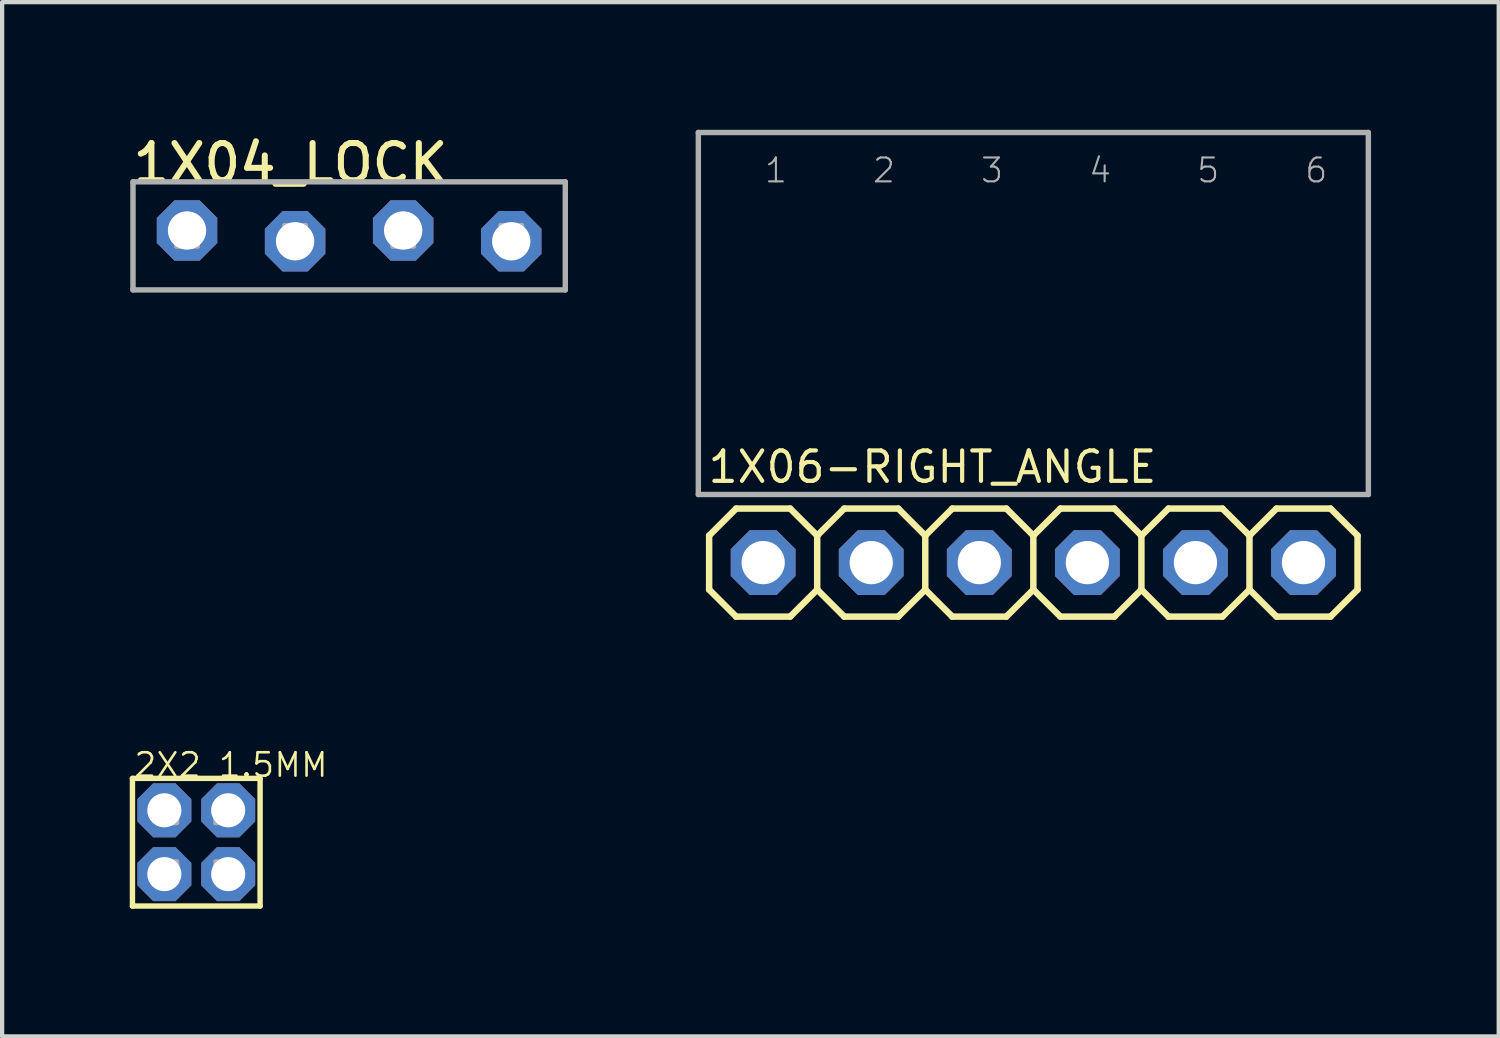
<source format=kicad_pcb>
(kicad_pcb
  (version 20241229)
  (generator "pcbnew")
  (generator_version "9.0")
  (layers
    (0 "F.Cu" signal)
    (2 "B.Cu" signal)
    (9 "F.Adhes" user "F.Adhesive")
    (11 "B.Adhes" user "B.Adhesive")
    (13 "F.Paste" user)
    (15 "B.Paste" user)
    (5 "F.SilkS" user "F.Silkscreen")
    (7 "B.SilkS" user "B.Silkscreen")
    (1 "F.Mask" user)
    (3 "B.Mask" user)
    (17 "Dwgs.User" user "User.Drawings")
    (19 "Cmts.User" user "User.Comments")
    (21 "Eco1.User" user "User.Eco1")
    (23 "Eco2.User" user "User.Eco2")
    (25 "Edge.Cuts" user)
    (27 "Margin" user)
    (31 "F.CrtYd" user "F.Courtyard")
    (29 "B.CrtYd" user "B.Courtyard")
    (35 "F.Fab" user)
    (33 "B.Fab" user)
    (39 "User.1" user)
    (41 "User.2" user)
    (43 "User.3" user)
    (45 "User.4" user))
  (footprint "1X04_LOCK"
    (layer "F.Cu")
    (at 5.156 2.494)
    (property "Reference" "1X04_LOCK" (at -5.156 -1.194 0) (layer "F.SilkS") (effects (font (size 0.874 0.874) (thickness 0.142)) (justify left bottom)))
    (fp_line (start -5.08 -1.27) (end 5.08 -1.27) (stroke (width 0.127) (type solid)) (layer "F.Fab"))
    (fp_line (start -5.08 1.27) (end -5.08 -1.27) (stroke (width 0.127) (type solid)) (layer "F.Fab"))
    (fp_line (start 5.08 -1.27) (end 5.08 1.27) (stroke (width 0.127) (type solid)) (layer "F.Fab"))
    (fp_line (start 5.08 1.27) (end -5.08 1.27) (stroke (width 0.127) (type solid)) (layer "F.Fab"))
    (fp_poly (pts (xy -4.064 0.254) (xy -3.556 0.254) (xy -3.556 -0.254) (xy -4.064 -0.254)) (stroke (width 0.1) (type solid)) (fill no) (layer "F.Fab"))
    (fp_poly (pts (xy -1.524 0.254) (xy -1.016 0.254) (xy -1.016 -0.254) (xy -1.524 -0.254)) (stroke (width 0.1) (type solid)) (fill no) (layer "F.Fab"))
    (fp_poly (pts (xy 1.016 0.254) (xy 1.524 0.254) (xy 1.524 -0.254) (xy 1.016 -0.254)) (stroke (width 0.1) (type solid)) (fill no) (layer "F.Fab"))
    (fp_poly (pts (xy 3.556 0.254) (xy 4.064 0.254) (xy 4.064 -0.254) (xy 3.556 -0.254)) (stroke (width 0.1) (type solid)) (fill no) (layer "F.Fab"))
    (pad "1" thru_hole roundrect (at -3.81 -0.127 90) (size 1.422 1.422) (drill 0.9) (layers "*.Cu" "*.Mask") (roundrect_rratio 0.25) (chamfer_ratio 0.293) (chamfer top_left top_right bottom_left bottom_right))
    (pad "2" thru_hole roundrect (at -1.27 0.127 90) (size 1.422 1.422) (drill 0.9) (layers "*.Cu" "*.Mask") (roundrect_rratio 0.25) (chamfer_ratio 0.293) (chamfer top_left top_right bottom_left bottom_right))
    (pad "3" thru_hole roundrect (at 1.27 -0.127 90) (size 1.422 1.422) (drill 0.9) (layers "*.Cu" "*.Mask") (roundrect_rratio 0.25) (chamfer_ratio 0.293) (chamfer top_left top_right bottom_left bottom_right))
    (pad "4" thru_hole roundrect (at 3.81 0.127 90) (size 1.422 1.422) (drill 0.9) (layers "*.Cu" "*.Mask") (roundrect_rratio 0.25) (chamfer_ratio 0.293) (chamfer top_left top_right bottom_left bottom_right)))
  (footprint "2X2_1.5MM"
    (layer "F.Cu")
    (at 1.563 16.745)
    (property "Reference" "2X2_1.5MM" (at -1.5 -1.495 0) (layer "F.SilkS") (effects (font (size 0.549 0.549) (thickness 0.061)) (justify left bottom)))
    (fp_line (start -1.5 -1.5) (end 1.5 -1.5) (stroke (width 0.127) (type solid)) (layer "F.SilkS"))
    (fp_line (start -1.5 1.5) (end -1.5 -1.5) (stroke (width 0.127) (type solid)) (layer "F.SilkS"))
    (fp_line (start 1.5 -1.5) (end 1.5 1.5) (stroke (width 0.127) (type solid)) (layer "F.SilkS"))
    (fp_line (start 1.5 1.5) (end -1.5 1.5) (stroke (width 0.127) (type solid)) (layer "F.SilkS"))
    (fp_poly (pts (xy -0.8 -0.45) (xy -0.45 -0.45) (xy -0.45 -0.8) (xy -0.8 -0.8)) (stroke (width 0.1) (type solid)) (fill no) (layer "F.Fab"))
    (fp_poly (pts (xy -0.8 0.8) (xy -0.45 0.8) (xy -0.45 0.45) (xy -0.8 0.45)) (stroke (width 0.1) (type solid)) (fill no) (layer "F.Fab"))
    (fp_poly (pts (xy 0.45 -0.45) (xy 0.8 -0.45) (xy 0.8 -0.8) (xy 0.45 -0.8)) (stroke (width 0.1) (type solid)) (fill no) (layer "F.Fab"))
    (fp_poly (pts (xy 0.45 0.8) (xy 0.8 0.8) (xy 0.8 0.45) (xy 0.45 0.45)) (stroke (width 0.1) (type solid)) (fill no) (layer "F.Fab"))
    (pad "P$1" thru_hole roundrect (at -0.75 -0.75) (size 1.27 1.27) (drill 0.8) (layers "*.Cu" "*.Mask") (roundrect_rratio 0.25) (chamfer_ratio 0.293) (chamfer top_left top_right bottom_left bottom_right))
    (pad "P$2" thru_hole roundrect (at 0.75 -0.75) (size 1.27 1.27) (drill 0.8) (layers "*.Cu" "*.Mask") (roundrect_rratio 0.25) (chamfer_ratio 0.293) (chamfer top_left top_right bottom_left bottom_right))
    (pad "P$3" thru_hole roundrect (at -0.75 0.75) (size 1.27 1.27) (drill 0.8) (layers "*.Cu" "*.Mask") (roundrect_rratio 0.25) (chamfer_ratio 0.293) (chamfer top_left top_right bottom_left bottom_right))
    (pad "P$4" thru_hole roundrect (at 0.75 0.75) (size 1.27 1.27) (drill 0.8) (layers "*.Cu" "*.Mask") (roundrect_rratio 0.25) (chamfer_ratio 0.293) (chamfer top_left top_right bottom_left bottom_right)))
  (footprint "1X06-RIGHT_ANGLE"
    (layer "F.Cu")
    (at 14.887 10.173)
    (property "Reference" "1X06-RIGHT_ANGLE" (at -1.346 -1.829 0) (layer "F.SilkS") (effects (font (size 0.715 0.715) (thickness 0.098)) (justify left bottom)))
    (fp_line (start -1.27 -0.635) (end -1.27 0.635) (stroke (width 0.152) (type solid)) (layer "F.SilkS"))
    (fp_line (start -1.27 0.635) (end -0.635 1.27) (stroke (width 0.152) (type solid)) (layer "F.SilkS"))
    (fp_line (start -0.635 -1.27) (end -1.27 -0.635) (stroke (width 0.152) (type solid)) (layer "F.SilkS"))
    (fp_line (start -0.635 -1.27) (end 0.635 -1.27) (stroke (width 0.152) (type solid)) (layer "F.SilkS"))
    (fp_line (start 0.635 -1.27) (end 1.27 -0.635) (stroke (width 0.152) (type solid)) (layer "F.SilkS"))
    (fp_line (start 0.635 1.27) (end -0.635 1.27) (stroke (width 0.152) (type solid)) (layer "F.SilkS"))
    (fp_line (start 1.27 -0.635) (end 1.27 0.635) (stroke (width 0.152) (type solid)) (layer "F.SilkS"))
    (fp_line (start 1.27 -0.635) (end 1.905 -1.27) (stroke (width 0.152) (type solid)) (layer "F.SilkS"))
    (fp_line (start 1.27 0.635) (end 0.635 1.27) (stroke (width 0.152) (type solid)) (layer "F.SilkS"))
    (fp_line (start 1.905 -1.27) (end 3.175 -1.27) (stroke (width 0.152) (type solid)) (layer "F.SilkS"))
    (fp_line (start 1.905 1.27) (end 1.27 0.635) (stroke (width 0.152) (type solid)) (layer "F.SilkS"))
    (fp_line (start 3.175 -1.27) (end 3.81 -0.635) (stroke (width 0.152) (type solid)) (layer "F.SilkS"))
    (fp_line (start 3.175 1.27) (end 1.905 1.27) (stroke (width 0.152) (type solid)) (layer "F.SilkS"))
    (fp_line (start 3.81 -0.635) (end 3.81 0.635) (stroke (width 0.152) (type solid)) (layer "F.SilkS"))
    (fp_line (start 3.81 -0.635) (end 4.445 -1.27) (stroke (width 0.152) (type solid)) (layer "F.SilkS"))
    (fp_line (start 3.81 0.635) (end 3.175 1.27) (stroke (width 0.152) (type solid)) (layer "F.SilkS"))
    (fp_line (start 4.445 -1.27) (end 5.715 -1.27) (stroke (width 0.152) (type solid)) (layer "F.SilkS"))
    (fp_line (start 4.445 1.27) (end 3.81 0.635) (stroke (width 0.152) (type solid)) (layer "F.SilkS"))
    (fp_line (start 5.715 -1.27) (end 6.35 -0.635) (stroke (width 0.152) (type solid)) (layer "F.SilkS"))
    (fp_line (start 5.715 1.27) (end 4.445 1.27) (stroke (width 0.152) (type solid)) (layer "F.SilkS"))
    (fp_line (start 6.35 -0.635) (end 6.35 0.635) (stroke (width 0.152) (type solid)) (layer "F.SilkS"))
    (fp_line (start 6.35 0.635) (end 5.715 1.27) (stroke (width 0.152) (type solid)) (layer "F.SilkS"))
    (fp_line (start 6.35 0.635) (end 6.985 1.27) (stroke (width 0.152) (type solid)) (layer "F.SilkS"))
    (fp_line (start 6.985 -1.27) (end 6.35 -0.635) (stroke (width 0.152) (type solid)) (layer "F.SilkS"))
    (fp_line (start 6.985 -1.27) (end 8.255 -1.27) (stroke (width 0.152) (type solid)) (layer "F.SilkS"))
    (fp_line (start 8.255 -1.27) (end 8.89 -0.635) (stroke (width 0.152) (type solid)) (layer "F.SilkS"))
    (fp_line (start 8.255 1.27) (end 6.985 1.27) (stroke (width 0.152) (type solid)) (layer "F.SilkS"))
    (fp_line (start 8.89 -0.635) (end 8.89 0.635) (stroke (width 0.152) (type solid)) (layer "F.SilkS"))
    (fp_line (start 8.89 -0.635) (end 9.525 -1.27) (stroke (width 0.152) (type solid)) (layer "F.SilkS"))
    (fp_line (start 8.89 0.635) (end 8.255 1.27) (stroke (width 0.152) (type solid)) (layer "F.SilkS"))
    (fp_line (start 9.525 -1.27) (end 10.795 -1.27) (stroke (width 0.152) (type solid)) (layer "F.SilkS"))
    (fp_line (start 9.525 1.27) (end 8.89 0.635) (stroke (width 0.152) (type solid)) (layer "F.SilkS"))
    (fp_line (start 10.795 -1.27) (end 11.43 -0.635) (stroke (width 0.152) (type solid)) (layer "F.SilkS"))
    (fp_line (start 10.795 1.27) (end 9.525 1.27) (stroke (width 0.152) (type solid)) (layer "F.SilkS"))
    (fp_line (start 11.43 -0.635) (end 11.43 0.635) (stroke (width 0.152) (type solid)) (layer "F.SilkS"))
    (fp_line (start 11.43 0.635) (end 10.795 1.27) (stroke (width 0.152) (type solid)) (layer "F.SilkS"))
    (fp_line (start 11.43 0.635) (end 12.065 1.27) (stroke (width 0.152) (type solid)) (layer "F.SilkS"))
    (fp_line (start 12.065 -1.27) (end 11.43 -0.635) (stroke (width 0.152) (type solid)) (layer "F.SilkS"))
    (fp_line (start 12.065 -1.27) (end 13.335 -1.27) (stroke (width 0.152) (type solid)) (layer "F.SilkS"))
    (fp_line (start 13.335 -1.27) (end 13.97 -0.635) (stroke (width 0.152) (type solid)) (layer "F.SilkS"))
    (fp_line (start 13.335 1.27) (end 12.065 1.27) (stroke (width 0.152) (type solid)) (layer "F.SilkS"))
    (fp_line (start 13.97 -0.635) (end 13.97 0.635) (stroke (width 0.152) (type solid)) (layer "F.SilkS"))
    (fp_line (start 13.97 0.635) (end 13.335 1.27) (stroke (width 0.152) (type solid)) (layer "F.SilkS"))
    (fp_line (start -1.524 -10.109) (end -1.524 -1.6) (stroke (width 0.127) (type solid)) (layer "F.Fab"))
    (fp_line (start -1.524 -1.6) (end 14.224 -1.6) (stroke (width 0.127) (type solid)) (layer "F.Fab"))
    (fp_line (start 14.224 -10.109) (end -1.524 -10.109) (stroke (width 0.127) (type solid)) (layer "F.Fab"))
    (fp_line (start 14.224 -1.6) (end 14.224 -10.109) (stroke (width 0.127) (type solid)) (layer "F.Fab"))
    (fp_poly (pts (xy -0.254 0.254) (xy 0.254 0.254) (xy 0.254 -0.254) (xy -0.254 -0.254)) (stroke (width 0.1) (type solid)) (fill no) (layer "F.Fab"))
    (fp_poly (pts (xy 2.286 0.254) (xy 2.794 0.254) (xy 2.794 -0.254) (xy 2.286 -0.254)) (stroke (width 0.1) (type solid)) (fill no) (layer "F.Fab"))
    (fp_poly (pts (xy 4.826 0.254) (xy 5.334 0.254) (xy 5.334 -0.254) (xy 4.826 -0.254)) (stroke (width 0.1) (type solid)) (fill no) (layer "F.Fab"))
    (fp_poly (pts (xy 7.366 0.254) (xy 7.874 0.254) (xy 7.874 -0.254) (xy 7.366 -0.254)) (stroke (width 0.1) (type solid)) (fill no) (layer "F.Fab"))
    (fp_poly (pts (xy 9.906 0.254) (xy 10.414 0.254) (xy 10.414 -0.254) (xy 9.906 -0.254)) (stroke (width 0.1) (type solid)) (fill no) (layer "F.Fab"))
    (fp_poly (pts (xy 12.446 0.254) (xy 12.954 0.254) (xy 12.954 -0.254) (xy 12.446 -0.254)) (stroke (width 0.1) (type solid)) (fill no) (layer "F.Fab"))
    (fp_text user "5" (at 10.16 -8.89 0) (layer "F.Fab") (effects (font (size 0.561 0.561) (thickness 0.049)) (justify left bottom)))
    (fp_text user "2" (at 2.54 -8.89 0) (layer "F.Fab") (effects (font (size 0.561 0.561) (thickness 0.049)) (justify left bottom)))
    (fp_text user "1" (at 0 -8.89 0) (layer "F.Fab") (effects (font (size 0.561 0.561) (thickness 0.049)) (justify left bottom)))
    (fp_text user "4" (at 7.62 -8.89 0) (layer "F.Fab") (effects (font (size 0.561 0.561) (thickness 0.049)) (justify left bottom)))
    (fp_text user "3" (at 5.08 -8.89 0) (layer "F.Fab") (effects (font (size 0.561 0.561) (thickness 0.049)) (justify left bottom)))
    (fp_text user "6" (at 12.7 -8.89 0) (layer "F.Fab") (effects (font (size 0.561 0.561) (thickness 0.049)) (justify left bottom)))
    (pad "1" thru_hole roundrect (at 0 0 90) (size 1.524 1.524) (drill 1.016) (layers "*.Cu" "*.Mask") (roundrect_rratio 0.25) (chamfer_ratio 0.293) (chamfer top_left top_right bottom_left bottom_right))
    (pad "2" thru_hole roundrect (at 2.54 0 90) (size 1.524 1.524) (drill 1.016) (layers "*.Cu" "*.Mask") (roundrect_rratio 0.25) (chamfer_ratio 0.293) (chamfer top_left top_right bottom_left bottom_right))
    (pad "3" thru_hole roundrect (at 5.08 0 90) (size 1.524 1.524) (drill 1.016) (layers "*.Cu" "*.Mask") (roundrect_rratio 0.25) (chamfer_ratio 0.293) (chamfer top_left top_right bottom_left bottom_right))
    (pad "4" thru_hole roundrect (at 7.62 0 90) (size 1.524 1.524) (drill 1.016) (layers "*.Cu" "*.Mask") (roundrect_rratio 0.25) (chamfer_ratio 0.293) (chamfer top_left top_right bottom_left bottom_right))
    (pad "5" thru_hole roundrect (at 10.16 0 90) (size 1.524 1.524) (drill 1.016) (layers "*.Cu" "*.Mask") (roundrect_rratio 0.25) (chamfer_ratio 0.293) (chamfer top_left top_right bottom_left bottom_right))
    (pad "6" thru_hole roundrect (at 12.7 0 90) (size 1.524 1.524) (drill 1.016) (layers "*.Cu" "*.Mask") (roundrect_rratio 0.25) (chamfer_ratio 0.293) (chamfer top_left top_right bottom_left bottom_right)))
  (gr_rect
    (start -3 -3)
    (end 32.175 21.309)
    (stroke (width 0.1) (type default))
    (fill no)
    (layer "Edge.Cuts")))
</source>
